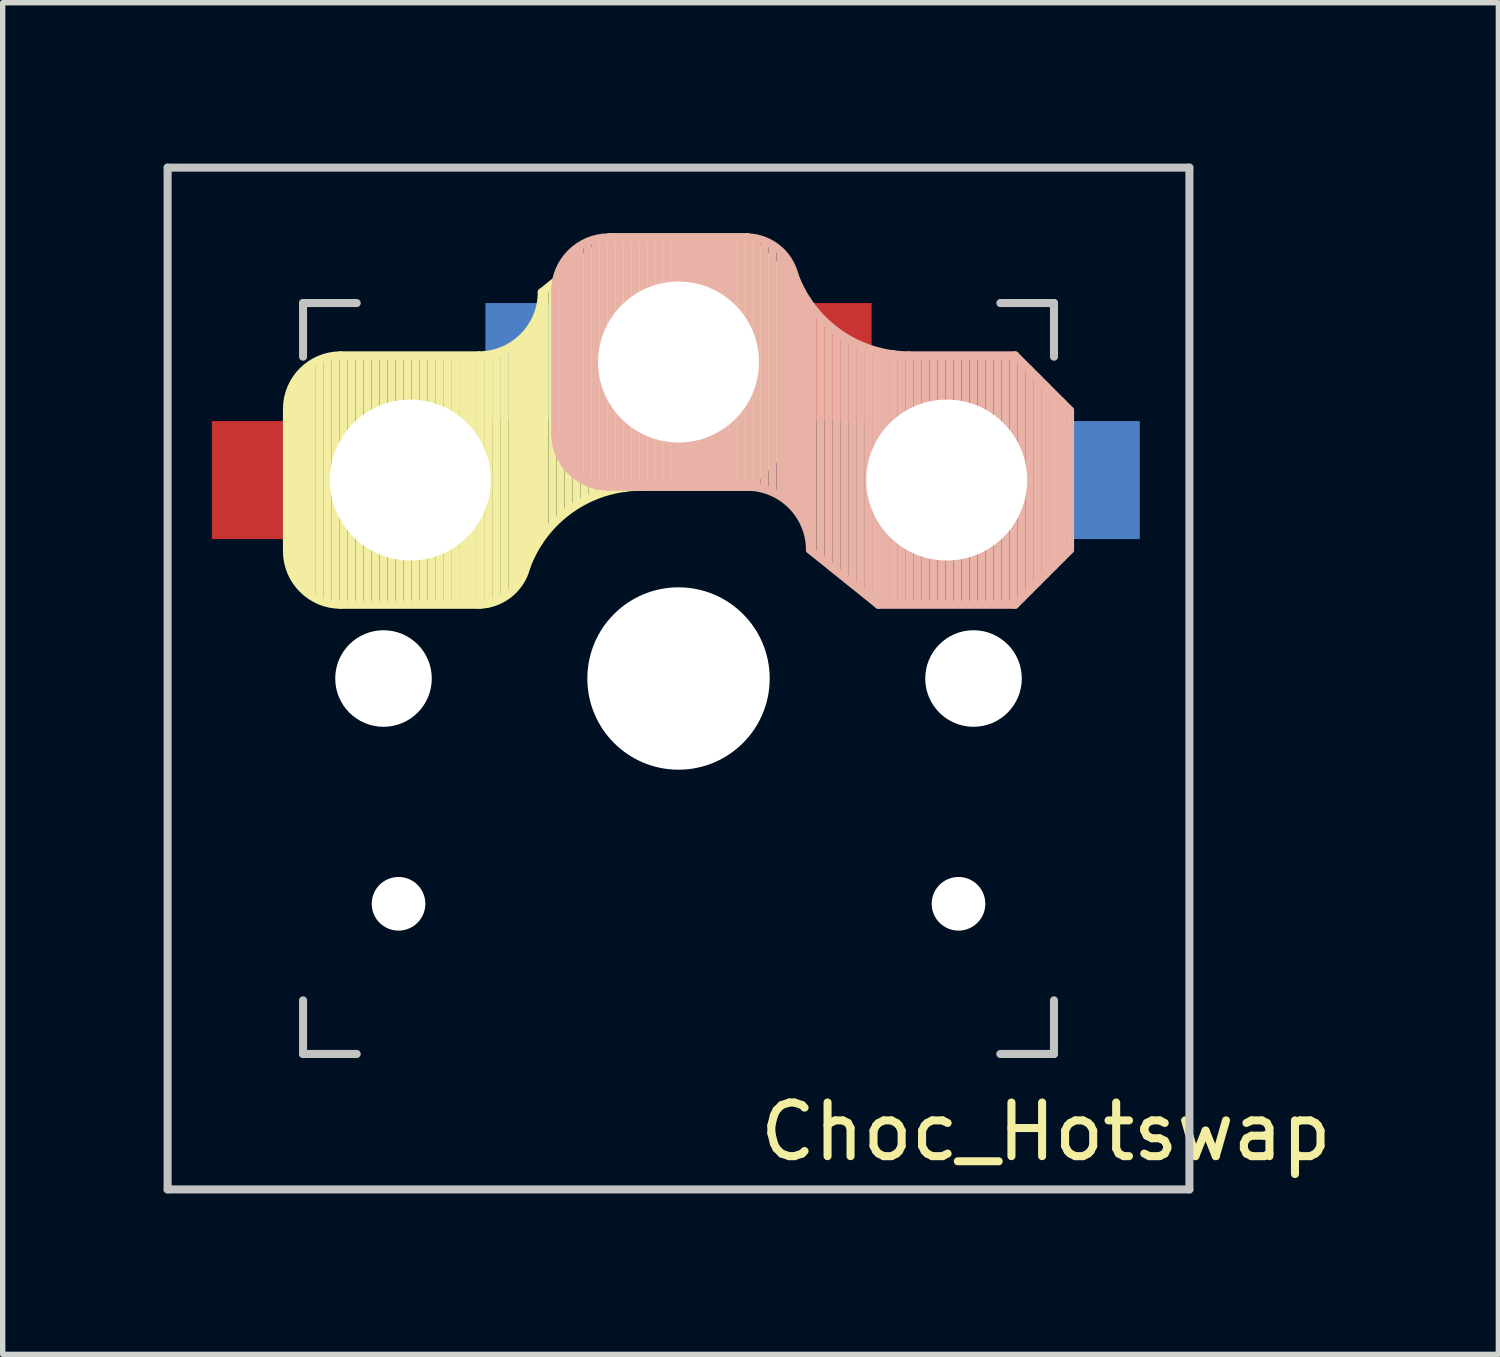
<source format=kicad_pcb>
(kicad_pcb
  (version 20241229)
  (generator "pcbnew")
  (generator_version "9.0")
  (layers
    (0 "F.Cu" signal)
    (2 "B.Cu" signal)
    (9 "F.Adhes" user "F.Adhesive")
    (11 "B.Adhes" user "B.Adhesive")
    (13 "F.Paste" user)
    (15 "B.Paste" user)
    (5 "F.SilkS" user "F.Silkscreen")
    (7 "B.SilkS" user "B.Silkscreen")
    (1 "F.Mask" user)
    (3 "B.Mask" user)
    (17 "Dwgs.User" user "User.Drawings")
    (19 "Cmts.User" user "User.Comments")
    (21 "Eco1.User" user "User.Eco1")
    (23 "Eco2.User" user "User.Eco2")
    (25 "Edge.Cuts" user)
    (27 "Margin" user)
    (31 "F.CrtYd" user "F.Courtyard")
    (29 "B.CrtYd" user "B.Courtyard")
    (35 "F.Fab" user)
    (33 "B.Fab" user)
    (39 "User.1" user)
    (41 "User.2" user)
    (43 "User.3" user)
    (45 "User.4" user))
  (footprint "Choc_Hotswap"
    (layer "F.Cu")
    (at 9.6 9.6)
    (property "Reference" "Choc_Hotswap" (at 6.85 8.45 180) (layer "F.SilkS") (effects (font (size 1 1) (thickness 0.15))))
    (attr through_hole)
    (fp_line (start -7.3 -5.025) (end -7.3 -2.375) (stroke (width 0.15) (type solid)) (layer "F.SilkS"))
    (fp_line (start -7.15 -1.95) (end -7.15 -5.5) (stroke (width 0.15) (type solid)) (layer "F.SilkS"))
    (fp_line (start -7.05 -1.8) (end -7.05 -5.55) (stroke (width 0.15) (type solid)) (layer "F.SilkS"))
    (fp_line (start -6.95 -1.7) (end -6.95 -5.65) (stroke (width 0.15) (type solid)) (layer "F.SilkS"))
    (fp_line (start -6.85 -1.6) (end -6.85 -5.8) (stroke (width 0.15) (type solid)) (layer "F.SilkS"))
    (fp_line (start -6.7 -1.5) (end -6.7 -5.9) (stroke (width 0.15) (type solid)) (layer "F.SilkS"))
    (fp_line (start -6.55 -1.45) (end -6.55 -5.95) (stroke (width 0.15) (type solid)) (layer "F.SilkS"))
    (fp_line (start -6.4 -1.4) (end -6.4 -5.95) (stroke (width 0.15) (type solid)) (layer "F.SilkS"))
    (fp_line (start -6.3 -6.025) (end -3.725 -6.025) (stroke (width 0.15) (type solid)) (layer "F.SilkS"))
    (fp_line (start -6.3 -1.375) (end -3.7 -1.375) (stroke (width 0.15) (type solid)) (layer "F.SilkS"))
    (fp_line (start -6.25 -1.4) (end -6.25 -6) (stroke (width 0.15) (type solid)) (layer "F.SilkS"))
    (fp_line (start -6.1 -1.4) (end -6.1 -6) (stroke (width 0.15) (type solid)) (layer "F.SilkS"))
    (fp_line (start -5.95 -1.4) (end -5.95 -6) (stroke (width 0.15) (type solid)) (layer "F.SilkS"))
    (fp_line (start -5.8 -1.4) (end -5.8 -6) (stroke (width 0.15) (type solid)) (layer "F.SilkS"))
    (fp_line (start -5.65 -1.4) (end -5.65 -6) (stroke (width 0.15) (type solid)) (layer "F.SilkS"))
    (fp_line (start -5.5 -1.4) (end -5.5 -6) (stroke (width 0.15) (type solid)) (layer "F.SilkS"))
    (fp_line (start -5.35 -1.4) (end -5.35 -6) (stroke (width 0.15) (type solid)) (layer "F.SilkS"))
    (fp_line (start -5.2 -1.4) (end -5.2 -6) (stroke (width 0.15) (type solid)) (layer "F.SilkS"))
    (fp_line (start -5.05 -1.4) (end -5.05 -6) (stroke (width 0.15) (type solid)) (layer "F.SilkS"))
    (fp_line (start -4.9 -1.4) (end -4.9 -6) (stroke (width 0.15) (type solid)) (layer "F.SilkS"))
    (fp_line (start -4.75 -1.4) (end -4.75 -6) (stroke (width 0.15) (type solid)) (layer "F.SilkS"))
    (fp_line (start -4.6 -1.4) (end -4.6 -6) (stroke (width 0.15) (type solid)) (layer "F.SilkS"))
    (fp_line (start -4.45 -1.4) (end -4.45 -6) (stroke (width 0.15) (type solid)) (layer "F.SilkS"))
    (fp_line (start -4.3 -1.4) (end -4.3 -6) (stroke (width 0.15) (type solid)) (layer "F.SilkS"))
    (fp_line (start -4.15 -1.4) (end -4.15 -6) (stroke (width 0.15) (type solid)) (layer "F.SilkS"))
    (fp_line (start -4 -1.4) (end -4 -6) (stroke (width 0.15) (type solid)) (layer "F.SilkS"))
    (fp_line (start -3.85 -1.4) (end -3.85 -5.95) (stroke (width 0.15) (type solid)) (layer "F.SilkS"))
    (fp_line (start -3.7 -1.4) (end -3.7 -6) (stroke (width 0.15) (type solid)) (layer "F.SilkS"))
    (fp_line (start -3.55 -1.4) (end -3.55 -6) (stroke (width 0.15) (type solid)) (layer "F.SilkS"))
    (fp_line (start -3.4 -1.45) (end -3.4 -6) (stroke (width 0.15) (type solid)) (layer "F.SilkS"))
    (fp_line (start -3.25 -1.55) (end -3.25 -6.1) (stroke (width 0.15) (type solid)) (layer "F.SilkS"))
    (fp_line (start -3.1 -1.65) (end -3.1 -6.15) (stroke (width 0.15) (type solid)) (layer "F.SilkS"))
    (fp_line (start -3 -1.8) (end -3 -6.2) (stroke (width 0.15) (type solid)) (layer "F.SilkS"))
    (fp_line (start -2.9 -2.05) (end -2.9 -6.25) (stroke (width 0.15) (type solid)) (layer "F.SilkS"))
    (fp_line (start -2.8 -2.2) (end -2.8 -6.35) (stroke (width 0.15) (type solid)) (layer "F.SilkS"))
    (fp_line (start -2.7 -2.4) (end -2.7 -6.55) (stroke (width 0.15) (type solid)) (layer "F.SilkS"))
    (fp_line (start -2.6 -2.55) (end -2.6 -6.7) (stroke (width 0.15) (type solid)) (layer "F.SilkS"))
    (fp_line (start -2.5 -2.75) (end -2.5 -7.2) (stroke (width 0.15) (type solid)) (layer "F.SilkS"))
    (fp_line (start -2.35 -2.9) (end -2.35 -7.35) (stroke (width 0.15) (type solid)) (layer "F.SilkS"))
    (fp_line (start -2.2 -3.05) (end -2.2 -7.45) (stroke (width 0.15) (type solid)) (layer "F.SilkS"))
    (fp_line (start -2.05 -3.15) (end -2.05 -7.55) (stroke (width 0.15) (type solid)) (layer "F.SilkS"))
    (fp_line (start -1.9 -3.25) (end -1.9 -7.7) (stroke (width 0.15) (type solid)) (layer "F.SilkS"))
    (fp_line (start -1.75 -3.35) (end -1.75 -7.8) (stroke (width 0.15) (type solid)) (layer "F.SilkS"))
    (fp_line (start -1.6 -3.4) (end -1.6 -7.95) (stroke (width 0.15) (type solid)) (layer "F.SilkS"))
    (fp_line (start -1.45 -3.5) (end -1.45 -8.05) (stroke (width 0.15) (type solid)) (layer "F.SilkS"))
    (fp_line (start -1.3 -3.55) (end -1.3 -8.15) (stroke (width 0.15) (type solid)) (layer "F.SilkS"))
    (fp_line (start -1.275 -8.225) (end -2.55 -7.2) (stroke (width 0.15) (type solid)) (layer "F.SilkS"))
    (fp_line (start -1.275 -8.225) (end 1.275 -8.225) (stroke (width 0.15) (type solid)) (layer "F.SilkS"))
    (fp_line (start -1.15 -3.55) (end -1.15 -8.2) (stroke (width 0.15) (type solid)) (layer "F.SilkS"))
    (fp_line (start -1 -3.55) (end -1 -8.2) (stroke (width 0.15) (type solid)) (layer "F.SilkS"))
    (fp_line (start -0.85 -3.6) (end -0.85 -8.15) (stroke (width 0.15) (type solid)) (layer "F.SilkS"))
    (fp_line (start -0.7 -3.6) (end -0.7 -8.2) (stroke (width 0.15) (type solid)) (layer "F.SilkS"))
    (fp_line (start -0.7 -3.575) (end 1.275 -3.575) (stroke (width 0.15) (type solid)) (layer "F.SilkS"))
    (fp_line (start -0.55 -3.6) (end -0.55 -8.2) (stroke (width 0.15) (type solid)) (layer "F.SilkS"))
    (fp_line (start -0.4 -3.6) (end -0.4 -8.2) (stroke (width 0.15) (type solid)) (layer "F.SilkS"))
    (fp_line (start -0.25 -3.6) (end -0.25 -8.2) (stroke (width 0.15) (type solid)) (layer "F.SilkS"))
    (fp_line (start -0.1 -3.6) (end -0.1 -8.2) (stroke (width 0.15) (type solid)) (layer "F.SilkS"))
    (fp_line (start 0.05 -3.6) (end 0.05 -8.2) (stroke (width 0.15) (type solid)) (layer "F.SilkS"))
    (fp_line (start 0.2 -3.6) (end 0.2 -8.2) (stroke (width 0.15) (type solid)) (layer "F.SilkS"))
    (fp_line (start 0.35 -3.6) (end 0.35 -8.2) (stroke (width 0.15) (type solid)) (layer "F.SilkS"))
    (fp_line (start 0.5 -3.6) (end 0.5 -8.2) (stroke (width 0.15) (type solid)) (layer "F.SilkS"))
    (fp_line (start 0.65 -3.6) (end 0.65 -8.2) (stroke (width 0.15) (type solid)) (layer "F.SilkS"))
    (fp_line (start 0.8 -3.6) (end 0.8 -8.2) (stroke (width 0.15) (type solid)) (layer "F.SilkS"))
    (fp_line (start 0.95 -3.6) (end 0.95 -8.2) (stroke (width 0.15) (type solid)) (layer "F.SilkS"))
    (fp_line (start 1.1 -3.6) (end 1.1 -8.2) (stroke (width 0.15) (type solid)) (layer "F.SilkS"))
    (fp_line (start 1.25 -3.6) (end 1.25 -8.2) (stroke (width 0.15) (type solid)) (layer "F.SilkS"))
    (fp_line (start 1.4 -3.75) (end 1.4 -8.1) (stroke (width 0.15) (type solid)) (layer "F.SilkS"))
    (fp_line (start 1.55 -3.85) (end 1.55 -7.95) (stroke (width 0.15) (type solid)) (layer "F.SilkS"))
    (fp_line (start 1.7 -4) (end 1.7 -7.8) (stroke (width 0.15) (type solid)) (layer "F.SilkS"))
    (fp_line (start 1.85 -4.15) (end 1.85 -7.65) (stroke (width 0.15) (type solid)) (layer "F.SilkS"))
    (fp_line (start 2 -4.35) (end 2 -7.5) (stroke (width 0.15) (type solid)) (layer "F.SilkS"))
    (fp_line (start 2.15 -4.45) (end 2.15 -7.35) (stroke (width 0.15) (type solid)) (layer "F.SilkS"))
    (fp_line (start 2.3 -7.2) (end 1.275 -8.225) (stroke (width 0.15) (type solid)) (layer "F.SilkS"))
    (fp_line (start 2.3 -7.2) (end 2.3 -4.6) (stroke (width 0.15) (type solid)) (layer "F.SilkS"))
    (fp_line (start 2.3 -4.6) (end 1.275 -3.575) (stroke (width 0.15) (type solid)) (layer "F.SilkS"))
    (fp_arc (start -7.3 -5.025) (mid -7.007107 -5.732107) (end -6.3 -6.025) (stroke (width 0.15) (type solid)) (layer "F.SilkS"))
    (fp_arc (start -6.3 -1.375) (mid -7.007106 -1.667893) (end -7.3 -2.375) (stroke (width 0.15) (type solid)) (layer "F.SilkS"))
    (fp_arc (start -2.837801 -2.078096) (mid -3.151716 -1.583979) (end -3.699005 -1.376209) (stroke (width 0.15) (type solid)) (layer "F.SilkS"))
    (fp_arc (start -2.837801 -2.078096) (mid -2.004887 -3.163571) (end -0.7 -3.575) (stroke (width 0.15) (type solid)) (layer "F.SilkS"))
    (fp_arc (start -2.55 -7.2) (mid -2.89415 -6.36915) (end -3.725 -6.025) (stroke (width 0.15) (type solid)) (layer "F.SilkS"))
    (fp_line (start -2.3 -4.575) (end -2.3 -7.225) (stroke (width 0.15) (type solid)) (layer "B.SilkS"))
    (fp_line (start -2.15 -7.65) (end -2.15 -4.1) (stroke (width 0.15) (type solid)) (layer "B.SilkS"))
    (fp_line (start -2.05 -7.8) (end -2.05 -4.05) (stroke (width 0.15) (type solid)) (layer "B.SilkS"))
    (fp_line (start -1.95 -7.9) (end -1.95 -3.95) (stroke (width 0.15) (type solid)) (layer "B.SilkS"))
    (fp_line (start -1.85 -8) (end -1.85 -3.8) (stroke (width 0.15) (type solid)) (layer "B.SilkS"))
    (fp_line (start -1.7 -8.1) (end -1.7 -3.7) (stroke (width 0.15) (type solid)) (layer "B.SilkS"))
    (fp_line (start -1.55 -8.15) (end -1.55 -3.65) (stroke (width 0.15) (type solid)) (layer "B.SilkS"))
    (fp_line (start -1.4 -8.2) (end -1.4 -3.65) (stroke (width 0.15) (type solid)) (layer "B.SilkS"))
    (fp_line (start -1.3 -8.225) (end 1.3 -8.225) (stroke (width 0.15) (type solid)) (layer "B.SilkS"))
    (fp_line (start -1.3 -3.575) (end 1.275 -3.575) (stroke (width 0.15) (type solid)) (layer "B.SilkS"))
    (fp_line (start -1.25 -8.2) (end -1.25 -3.6) (stroke (width 0.15) (type solid)) (layer "B.SilkS"))
    (fp_line (start -1.1 -8.2) (end -1.1 -3.6) (stroke (width 0.15) (type solid)) (layer "B.SilkS"))
    (fp_line (start -0.95 -8.2) (end -0.95 -3.6) (stroke (width 0.15) (type solid)) (layer "B.SilkS"))
    (fp_line (start -0.8 -8.2) (end -0.8 -3.6) (stroke (width 0.15) (type solid)) (layer "B.SilkS"))
    (fp_line (start -0.65 -8.2) (end -0.65 -3.6) (stroke (width 0.15) (type solid)) (layer "B.SilkS"))
    (fp_line (start -0.5 -8.2) (end -0.5 -3.6) (stroke (width 0.15) (type solid)) (layer "B.SilkS"))
    (fp_line (start -0.35 -8.2) (end -0.35 -3.6) (stroke (width 0.15) (type solid)) (layer "B.SilkS"))
    (fp_line (start -0.2 -8.2) (end -0.2 -3.6) (stroke (width 0.15) (type solid)) (layer "B.SilkS"))
    (fp_line (start -0.05 -8.2) (end -0.05 -3.6) (stroke (width 0.15) (type solid)) (layer "B.SilkS"))
    (fp_line (start 0.1 -8.2) (end 0.1 -3.6) (stroke (width 0.15) (type solid)) (layer "B.SilkS"))
    (fp_line (start 0.25 -8.2) (end 0.25 -3.6) (stroke (width 0.15) (type solid)) (layer "B.SilkS"))
    (fp_line (start 0.4 -8.2) (end 0.4 -3.6) (stroke (width 0.15) (type solid)) (layer "B.SilkS"))
    (fp_line (start 0.55 -8.2) (end 0.55 -3.6) (stroke (width 0.15) (type solid)) (layer "B.SilkS"))
    (fp_line (start 0.7 -8.2) (end 0.7 -3.6) (stroke (width 0.15) (type solid)) (layer "B.SilkS"))
    (fp_line (start 0.85 -8.2) (end 0.85 -3.6) (stroke (width 0.15) (type solid)) (layer "B.SilkS"))
    (fp_line (start 1 -8.2) (end 1 -3.6) (stroke (width 0.15) (type solid)) (layer "B.SilkS"))
    (fp_line (start 1.15 -8.2) (end 1.15 -3.65) (stroke (width 0.15) (type solid)) (layer "B.SilkS"))
    (fp_line (start 1.3 -8.2) (end 1.3 -3.6) (stroke (width 0.15) (type solid)) (layer "B.SilkS"))
    (fp_line (start 1.45 -8.2) (end 1.45 -3.6) (stroke (width 0.15) (type solid)) (layer "B.SilkS"))
    (fp_line (start 1.6 -8.15) (end 1.6 -3.6) (stroke (width 0.15) (type solid)) (layer "B.SilkS"))
    (fp_line (start 1.75 -8.05) (end 1.75 -3.5) (stroke (width 0.15) (type solid)) (layer "B.SilkS"))
    (fp_line (start 1.9 -7.95) (end 1.9 -3.45) (stroke (width 0.15) (type solid)) (layer "B.SilkS"))
    (fp_line (start 2 -7.8) (end 2 -3.4) (stroke (width 0.15) (type solid)) (layer "B.SilkS"))
    (fp_line (start 2.1 -7.55) (end 2.1 -3.35) (stroke (width 0.15) (type solid)) (layer "B.SilkS"))
    (fp_line (start 2.2 -7.4) (end 2.2 -3.25) (stroke (width 0.15) (type solid)) (layer "B.SilkS"))
    (fp_line (start 2.3 -7.2) (end 2.3 -3.05) (stroke (width 0.15) (type solid)) (layer "B.SilkS"))
    (fp_line (start 2.4 -7.05) (end 2.4 -2.9) (stroke (width 0.15) (type solid)) (layer "B.SilkS"))
    (fp_line (start 2.5 -6.85) (end 2.5 -2.4) (stroke (width 0.15) (type solid)) (layer "B.SilkS"))
    (fp_line (start 2.65 -6.7) (end 2.65 -2.25) (stroke (width 0.15) (type solid)) (layer "B.SilkS"))
    (fp_line (start 2.8 -6.55) (end 2.8 -2.15) (stroke (width 0.15) (type solid)) (layer "B.SilkS"))
    (fp_line (start 2.95 -6.45) (end 2.95 -2.05) (stroke (width 0.15) (type solid)) (layer "B.SilkS"))
    (fp_line (start 3.1 -6.35) (end 3.1 -1.9) (stroke (width 0.15) (type solid)) (layer "B.SilkS"))
    (fp_line (start 3.25 -6.25) (end 3.25 -1.8) (stroke (width 0.15) (type solid)) (layer "B.SilkS"))
    (fp_line (start 3.4 -6.2) (end 3.4 -1.65) (stroke (width 0.15) (type solid)) (layer "B.SilkS"))
    (fp_line (start 3.55 -6.1) (end 3.55 -1.55) (stroke (width 0.15) (type solid)) (layer "B.SilkS"))
    (fp_line (start 3.7 -6.05) (end 3.7 -1.45) (stroke (width 0.15) (type solid)) (layer "B.SilkS"))
    (fp_line (start 3.725 -1.375) (end 2.45 -2.4) (stroke (width 0.15) (type solid)) (layer "B.SilkS"))
    (fp_line (start 3.725 -1.375) (end 6.275 -1.375) (stroke (width 0.15) (type solid)) (layer "B.SilkS"))
    (fp_line (start 3.85 -6.05) (end 3.85 -1.4) (stroke (width 0.15) (type solid)) (layer "B.SilkS"))
    (fp_line (start 4 -6.05) (end 4 -1.4) (stroke (width 0.15) (type solid)) (layer "B.SilkS"))
    (fp_line (start 4.15 -6) (end 4.15 -1.45) (stroke (width 0.15) (type solid)) (layer "B.SilkS"))
    (fp_line (start 4.3 -6.025) (end 6.275 -6.025) (stroke (width 0.15) (type solid)) (layer "B.SilkS"))
    (fp_line (start 4.3 -6) (end 4.3 -1.4) (stroke (width 0.15) (type solid)) (layer "B.SilkS"))
    (fp_line (start 4.45 -6) (end 4.45 -1.4) (stroke (width 0.15) (type solid)) (layer "B.SilkS"))
    (fp_line (start 4.6 -6) (end 4.6 -1.4) (stroke (width 0.15) (type solid)) (layer "B.SilkS"))
    (fp_line (start 4.75 -6) (end 4.75 -1.4) (stroke (width 0.15) (type solid)) (layer "B.SilkS"))
    (fp_line (start 4.9 -6) (end 4.9 -1.4) (stroke (width 0.15) (type solid)) (layer "B.SilkS"))
    (fp_line (start 5.05 -6) (end 5.05 -1.4) (stroke (width 0.15) (type solid)) (layer "B.SilkS"))
    (fp_line (start 5.2 -6) (end 5.2 -1.4) (stroke (width 0.15) (type solid)) (layer "B.SilkS"))
    (fp_line (start 5.35 -6) (end 5.35 -1.4) (stroke (width 0.15) (type solid)) (layer "B.SilkS"))
    (fp_line (start 5.5 -6) (end 5.5 -1.4) (stroke (width 0.15) (type solid)) (layer "B.SilkS"))
    (fp_line (start 5.65 -6) (end 5.65 -1.4) (stroke (width 0.15) (type solid)) (layer "B.SilkS"))
    (fp_line (start 5.8 -6) (end 5.8 -1.4) (stroke (width 0.15) (type solid)) (layer "B.SilkS"))
    (fp_line (start 5.95 -6) (end 5.95 -1.4) (stroke (width 0.15) (type solid)) (layer "B.SilkS"))
    (fp_line (start 6.1 -6) (end 6.1 -1.4) (stroke (width 0.15) (type solid)) (layer "B.SilkS"))
    (fp_line (start 6.25 -6) (end 6.25 -1.4) (stroke (width 0.15) (type solid)) (layer "B.SilkS"))
    (fp_line (start 6.4 -5.85) (end 6.4 -1.5) (stroke (width 0.15) (type solid)) (layer "B.SilkS"))
    (fp_line (start 6.55 -5.75) (end 6.55 -1.65) (stroke (width 0.15) (type solid)) (layer "B.SilkS"))
    (fp_line (start 6.7 -5.6) (end 6.7 -1.8) (stroke (width 0.15) (type solid)) (layer "B.SilkS"))
    (fp_line (start 6.85 -5.45) (end 6.85 -1.95) (stroke (width 0.15) (type solid)) (layer "B.SilkS"))
    (fp_line (start 7 -5.25) (end 7 -2.1) (stroke (width 0.15) (type solid)) (layer "B.SilkS"))
    (fp_line (start 7.15 -5.15) (end 7.15 -2.25) (stroke (width 0.15) (type solid)) (layer "B.SilkS"))
    (fp_line (start 7.3 -5) (end 6.275 -6.025) (stroke (width 0.15) (type solid)) (layer "B.SilkS"))
    (fp_line (start 7.3 -2.4) (end 6.275 -1.375) (stroke (width 0.15) (type solid)) (layer "B.SilkS"))
    (fp_line (start 7.3 -2.4) (end 7.3 -5) (stroke (width 0.15) (type solid)) (layer "B.SilkS"))
    (fp_arc (start -2.3 -7.225) (mid -2.007107 -7.932107) (end -1.3 -8.225) (stroke (width 0.15) (type solid)) (layer "B.SilkS"))
    (fp_arc (start -1.3 -3.575) (mid -2.007107 -3.867893) (end -2.3 -4.575) (stroke (width 0.15) (type solid)) (layer "B.SilkS"))
    (fp_arc (start 1.275 -3.575) (mid 2.10585 -3.23085) (end 2.45 -2.4) (stroke (width 0.15) (type solid)) (layer "B.SilkS"))
    (fp_arc (start 1.300995 -8.223791) (mid 1.848286 -8.016021) (end 2.162199 -7.521904) (stroke (width 0.15) (type solid)) (layer "B.SilkS"))
    (fp_arc (start 4.3 -6.025) (mid 2.995113 -6.436429) (end 2.162199 -7.521904) (stroke (width 0.15) (type solid)) (layer "B.SilkS"))
    (fp_line (start -9.525 -9.525) (end 9.525 -9.525) (stroke (width 0.15) (type solid)) (layer "Dwgs.User"))
    (fp_line (start -9.525 9.525) (end -9.525 -9.525) (stroke (width 0.15) (type solid)) (layer "Dwgs.User"))
    (fp_line (start -7 -7) (end -7 -6) (stroke (width 0.15) (type solid)) (layer "Dwgs.User"))
    (fp_line (start -7 6) (end -7 7) (stroke (width 0.15) (type solid)) (layer "Dwgs.User"))
    (fp_line (start -7 7) (end -6 7) (stroke (width 0.15) (type solid)) (layer "Dwgs.User"))
    (fp_line (start -6 -7) (end -7 -7) (stroke (width 0.15) (type solid)) (layer "Dwgs.User"))
    (fp_line (start 6 -7) (end 7 -7) (stroke (width 0.15) (type solid)) (layer "Dwgs.User"))
    (fp_line (start 7 -7) (end 7 -6) (stroke (width 0.15) (type solid)) (layer "Dwgs.User"))
    (fp_line (start 7 6) (end 7 7) (stroke (width 0.15) (type solid)) (layer "Dwgs.User"))
    (fp_line (start 7 7) (end 6 7) (stroke (width 0.15) (type solid)) (layer "Dwgs.User"))
    (fp_line (start 9.525 -9.525) (end 9.525 9.525) (stroke (width 0.15) (type solid)) (layer "Dwgs.User"))
    (fp_line (start 9.525 9.525) (end -9.525 9.525) (stroke (width 0.15) (type solid)) (layer "Dwgs.User"))
    (pad "" np_thru_hole circle (at -5.5 0 270) (size 1.8 1.8) (drill 1.8) (layers "*.Cu" "*.Mask"))
    (pad "" np_thru_hole circle (at -5.22 4.2) (size 1 1) (drill 1) (layers "*.Cu" "*.Mask"))
    (pad "" np_thru_hole circle (at -5 -3.7 90) (size 3 3) (drill 3) (layers "*.Cu" "*.Mask"))
    (pad "" np_thru_hole circle (at 0 -5.9 270) (size 3 3) (drill 3) (layers "*.Cu" "*.Mask"))
    (pad "" np_thru_hole circle (at 0 0 270) (size 3.4 3.4) (drill 3.4) (layers "*.Cu" "*.Mask"))
    (pad "" np_thru_hole circle (at 5 -3.7 270) (size 3 3) (drill 3) (layers "*.Cu" "*.Mask"))
    (pad "" np_thru_hole circle (at 5.22 4.2) (size 1 1) (drill 1) (layers "*.Cu" "*.Mask"))
    (pad "" np_thru_hole circle (at 5.5 0 270) (size 1.8 1.8) (drill 1.8) (layers "*.Cu" "*.Mask"))
    (pad "1" smd rect (at -7.9 -3.7) (size 1.6 2.2) (layers "F.Cu" "F.Mask" "F.Paste"))
    (pad "1" smd rect (at 7.8 -3.7) (size 1.6 2.2) (layers "B.Cu" "B.Mask" "B.Paste"))
    (pad "2" smd rect (at -2.8 -5.9) (size 1.6 2.2) (layers "B.Cu" "B.Mask" "B.Paste"))
    (pad "2" smd rect (at 2.8 -5.9) (size 1.6 2.2) (layers "F.Cu" "F.Mask" "F.Paste")))
  (gr_rect
    (start -3 -3)
    (end 24.885 22.2)
    (stroke (width 0.1) (type default))
    (fill no)
    (layer "Edge.Cuts")))
</source>
